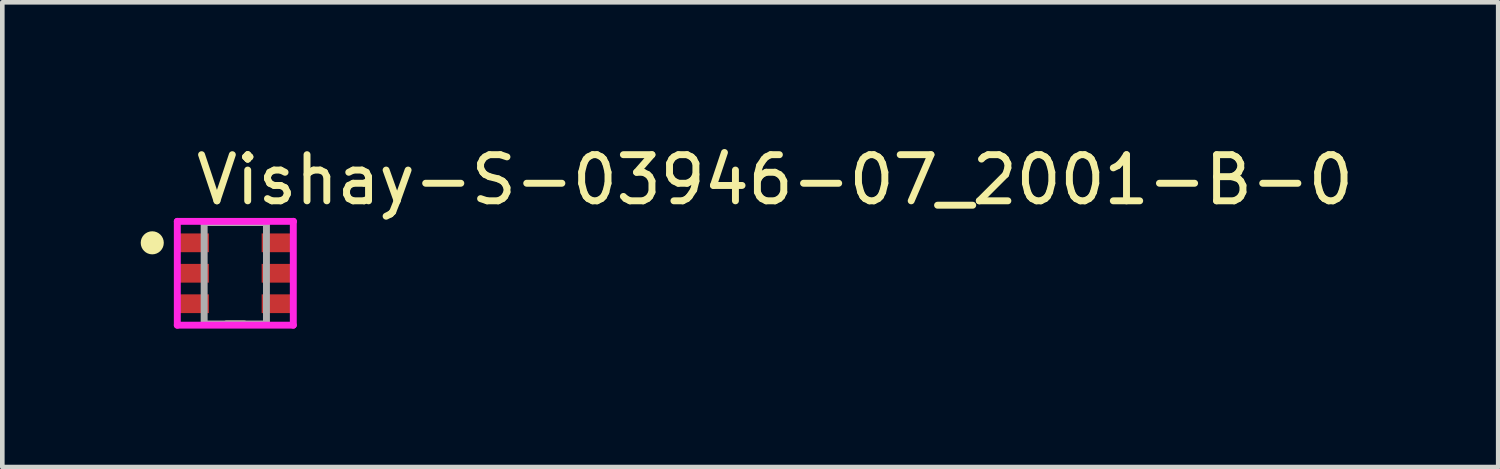
<source format=kicad_pcb>
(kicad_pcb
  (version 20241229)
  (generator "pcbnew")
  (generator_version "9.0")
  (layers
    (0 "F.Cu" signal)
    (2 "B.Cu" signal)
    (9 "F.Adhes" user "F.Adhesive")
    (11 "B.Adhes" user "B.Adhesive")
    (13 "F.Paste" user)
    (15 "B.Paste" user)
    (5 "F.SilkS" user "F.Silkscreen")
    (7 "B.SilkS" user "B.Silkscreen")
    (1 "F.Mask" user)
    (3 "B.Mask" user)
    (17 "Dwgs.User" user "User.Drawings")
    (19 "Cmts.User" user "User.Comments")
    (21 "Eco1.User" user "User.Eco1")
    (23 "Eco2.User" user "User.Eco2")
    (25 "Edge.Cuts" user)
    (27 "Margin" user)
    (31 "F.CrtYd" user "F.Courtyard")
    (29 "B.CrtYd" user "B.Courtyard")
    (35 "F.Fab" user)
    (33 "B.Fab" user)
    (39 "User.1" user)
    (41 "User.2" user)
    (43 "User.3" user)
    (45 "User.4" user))
  (footprint "Vishay-S-03946-07_2001-B-0"
    (layer "F.Cu")
    (at 2.05 2.873)
    (property "Reference" "Vishay-S-03946-07_2001-B-0" (at -0.925 -2.025 0) (layer "F.SilkS") (effects (font (size 1 1) (thickness 0.15)) (justify left)))
    (attr through_hole)
    (fp_line (start -0.197 -1.1) (end 0.197 -1.1) (stroke (width 0.15) (type solid)) (layer "F.SilkS"))
    (fp_line (start -0.197 1.1) (end 0.197 1.1) (stroke (width 0.15) (type solid)) (layer "F.SilkS"))
    (fp_circle (center -1.8 -0.66) (end -1.675 -0.66) (stroke (width 0.25) (type solid)) (fill no) (layer "F.SilkS"))
    (fp_line (start -1.257 -1.125) (end -1.257 1.125) (stroke (width 0.15) (type solid)) (layer "F.CrtYd"))
    (fp_line (start -1.257 1.125) (end 1.257 1.125) (stroke (width 0.15) (type solid)) (layer "F.CrtYd"))
    (fp_line (start 1.257 -1.125) (end -1.257 -1.125) (stroke (width 0.15) (type solid)) (layer "F.CrtYd"))
    (fp_line (start 1.257 -1.125) (end 1.257 -1.125) (stroke (width 0.15) (type solid)) (layer "F.CrtYd"))
    (fp_line (start 1.257 1.125) (end 1.257 -1.125) (stroke (width 0.15) (type solid)) (layer "F.CrtYd"))
    (fp_line (start -0.675 -1.1) (end 0.675 -1.1) (stroke (width 0.15) (type solid)) (layer "F.Fab"))
    (fp_line (start -0.675 1.1) (end -0.675 -1.1) (stroke (width 0.15) (type solid)) (layer "F.Fab"))
    (fp_line (start 0.675 -1.1) (end 0.675 1.1) (stroke (width 0.15) (type solid)) (layer "F.Fab"))
    (fp_line (start 0.675 1.1) (end -0.675 1.1) (stroke (width 0.15) (type solid)) (layer "F.Fab"))
    (pad "1" smd rect (at -0.902 -0.66) (size 0.66 0.406) (layers "F.Cu" "F.Mask" "F.Paste"))
    (pad "2" smd rect (at -0.902 0) (size 0.66 0.406) (layers "F.Cu" "F.Mask" "F.Paste"))
    (pad "3" smd rect (at -0.902 0.66) (size 0.66 0.406) (layers "F.Cu" "F.Mask" "F.Paste"))
    (pad "4" smd rect (at 0.902 0.66) (size 0.66 0.406) (layers "F.Cu" "F.Mask" "F.Paste"))
    (pad "5" smd rect (at 0.902 0) (size 0.66 0.406) (layers "F.Cu" "F.Mask" "F.Paste"))
    (pad "6" smd rect (at 0.902 -0.66) (size 0.66 0.406) (layers "F.Cu" "F.Mask" "F.Paste")))
  (gr_rect
    (start -3 -3)
    (end 29.423 7.073)
    (stroke (width 0.1) (type default))
    (fill no)
    (layer "Edge.Cuts")))
</source>
